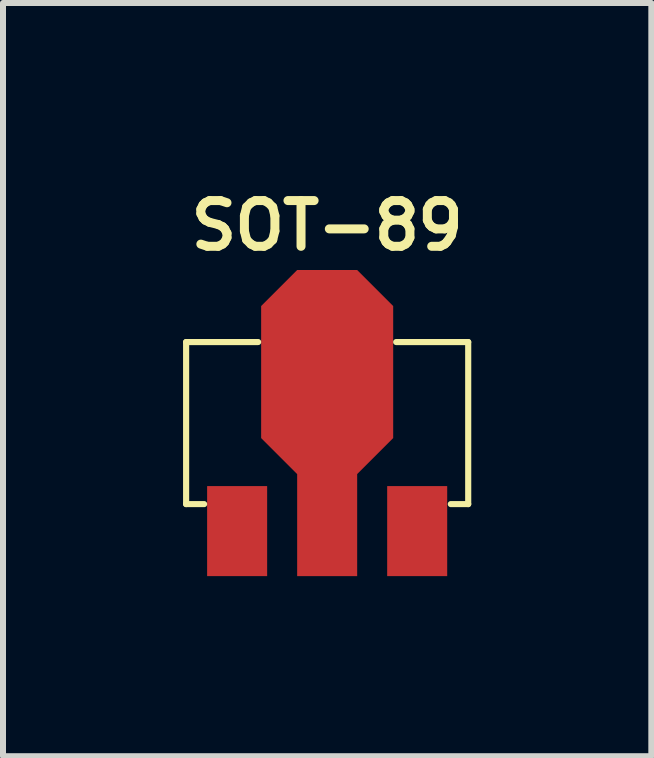
<source format=kicad_pcb>
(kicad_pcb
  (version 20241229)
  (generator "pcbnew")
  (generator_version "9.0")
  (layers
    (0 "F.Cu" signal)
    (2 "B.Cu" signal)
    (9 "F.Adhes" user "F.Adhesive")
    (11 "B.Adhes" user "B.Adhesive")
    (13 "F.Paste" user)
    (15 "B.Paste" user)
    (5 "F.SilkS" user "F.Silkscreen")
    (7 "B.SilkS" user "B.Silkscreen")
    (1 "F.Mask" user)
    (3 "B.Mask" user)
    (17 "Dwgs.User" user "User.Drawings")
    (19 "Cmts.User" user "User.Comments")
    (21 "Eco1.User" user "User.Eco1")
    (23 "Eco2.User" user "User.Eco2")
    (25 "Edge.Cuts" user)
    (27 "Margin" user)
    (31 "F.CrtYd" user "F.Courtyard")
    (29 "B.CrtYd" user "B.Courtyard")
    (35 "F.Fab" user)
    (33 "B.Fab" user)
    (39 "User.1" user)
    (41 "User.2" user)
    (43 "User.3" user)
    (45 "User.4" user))
  (footprint "SOT-89"
    (layer "F.Cu")
    (at 2.401 3.999)
    (property "Reference" "SOT-89" (at 0 -3.29 0) (layer "F.SilkS") (effects (font (size 0.762 0.762) (thickness 0.15))))
    (attr smd)
    (fp_line (start -2.35 -1.35) (end -2.35 1.35) (stroke (width 0.102) (type solid)) (layer "F.SilkS"))
    (fp_line (start -2.35 -1.35) (end -1.15 -1.35) (stroke (width 0.102) (type solid)) (layer "F.SilkS"))
    (fp_line (start -2.35 1.35) (end -2.05 1.35) (stroke (width 0.102) (type solid)) (layer "F.SilkS"))
    (fp_line (start 1.15 -1.35) (end 2.35 -1.35) (stroke (width 0.102) (type solid)) (layer "F.SilkS"))
    (fp_line (start 2.06 1.35) (end 2.35 1.35) (stroke (width 0.102) (type solid)) (layer "F.SilkS"))
    (fp_line (start 2.35 1.35) (end 2.35 -1.35) (stroke (width 0.102) (type solid)) (layer "F.SilkS"))
    (pad "1" smd rect (at -1.5 1.8) (size 1 1.5) (layers "F.Cu" "F.Mask" "F.Paste"))
    (pad "2" smd custom (at 0 0) (size 1 5.1) (layers "F.Cu" "F.Mask" "F.Paste") (options (anchor rect)) (primitives (gr_poly (pts (xy -0.5 -2.55) (xy -1.1 -1.95) (xy -1.1 0.25) (xy -0.5 0.85)) (width 0) (fill yes)) (gr_poly (pts (xy 0.5 -2.55) (xy 1.1 -1.95) (xy 1.1 0.25) (xy 0.5 0.85)) (width 0) (fill yes))))
    (pad "3" smd rect (at 1.5 1.8) (size 1 1.5) (layers "F.Cu" "F.Mask" "F.Paste")))
  (gr_rect
    (start -3 -3)
    (end 7.802 9.549)
    (stroke (width 0.1) (type default))
    (fill no)
    (layer "Edge.Cuts")))
</source>
